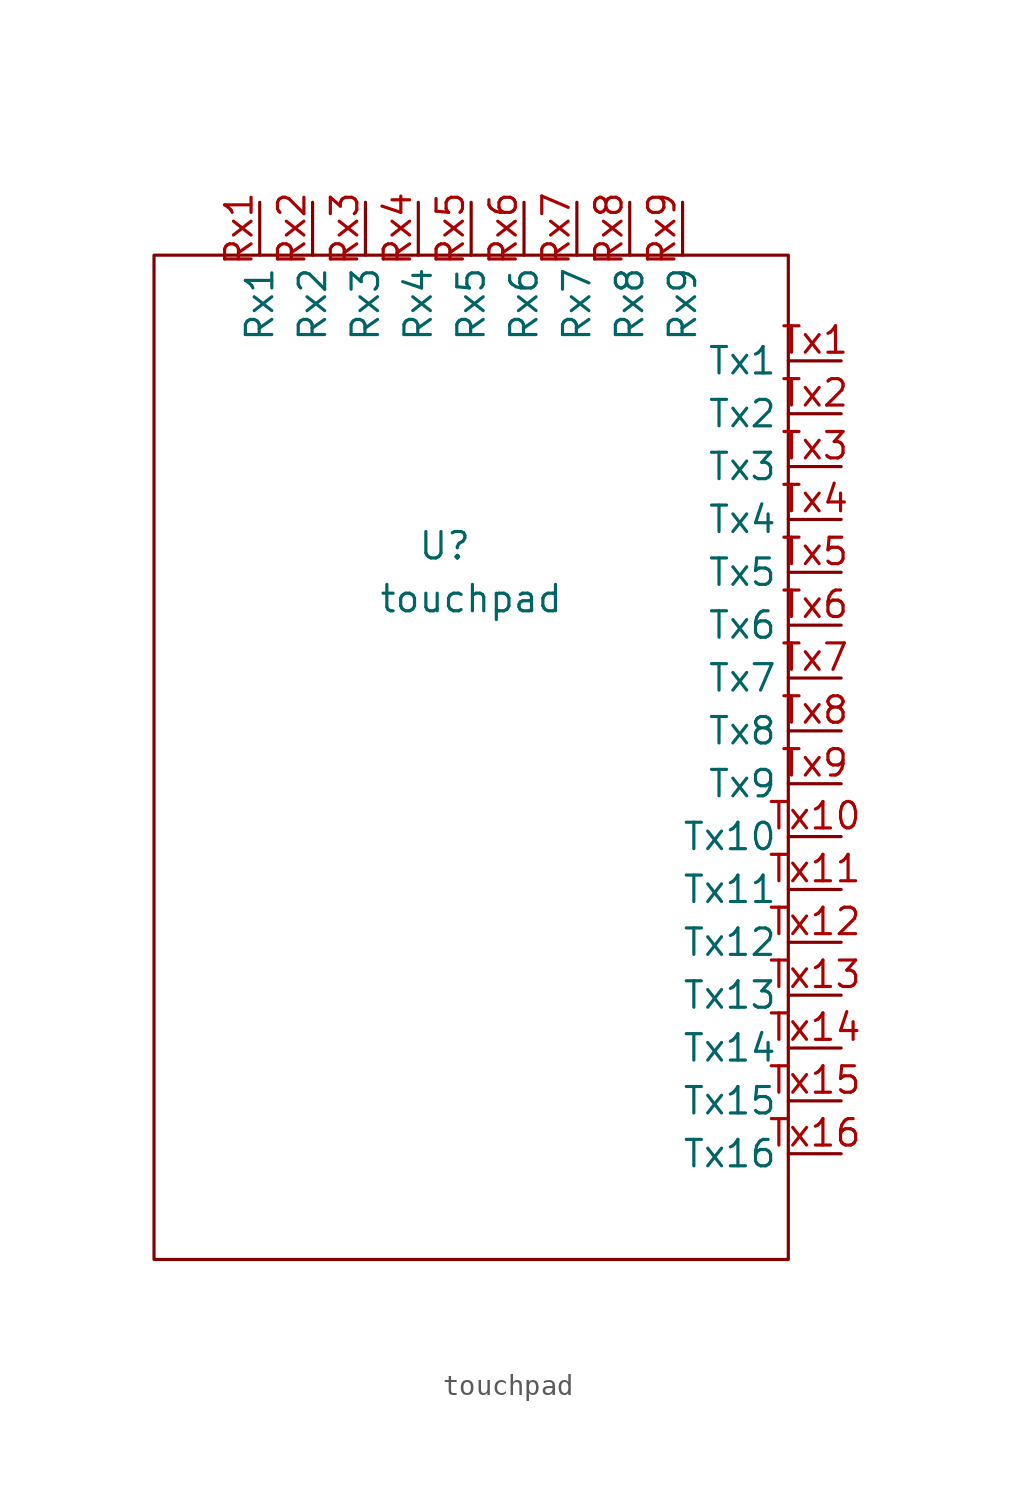
<source format=kicad_sym>
(kicad_symbol_lib
  (version 20211014)
  (generator kicad_symbol_editor)
  (symbol "touchpad"
    (property "Reference" "U"
      (at -16.51 -13.97 0)
      (effects (font (size 1.27 1.27))))
    (property "Value" "touchpad"
      (at -15.24 -16.51 0)
      (effects (font (size 1.27 1.27))))
    (symbol "touchpad_0_1"
      (rectangle (start -30.48 0) (end 0 -48.26) (stroke (width 0) (type default) (color 0 0 0 0)) (fill (type none))))
    (symbol "touchpad_1_1"
      (pin output line (at -25.4 2.54 270) (length 2.54) (name "Rx1" (effects (font (size 1.27 1.27)))) (number "Rx1" (effects (font (size 1.27 1.27)))))
      (pin output line (at -22.86 2.54 270) (length 2.54) (name "Rx2" (effects (font (size 1.27 1.27)))) (number "Rx2" (effects (font (size 1.27 1.27)))))
      (pin output line (at -20.32 2.54 270) (length 2.54) (name "Rx3" (effects (font (size 1.27 1.27)))) (number "Rx3" (effects (font (size 1.27 1.27)))))
      (pin output line (at -17.78 2.54 270) (length 2.54) (name "Rx4" (effects (font (size 1.27 1.27)))) (number "Rx4" (effects (font (size 1.27 1.27)))))
      (pin output line (at -15.24 2.54 270) (length 2.54) (name "Rx5" (effects (font (size 1.27 1.27)))) (number "Rx5" (effects (font (size 1.27 1.27)))))
      (pin output line (at -12.7 2.54 270) (length 2.54) (name "Rx6" (effects (font (size 1.27 1.27)))) (number "Rx6" (effects (font (size 1.27 1.27)))))
      (pin output line (at -10.16 2.54 270) (length 2.54) (name "Rx7" (effects (font (size 1.27 1.27)))) (number "Rx7" (effects (font (size 1.27 1.27)))))
      (pin output line (at -7.62 2.54 270) (length 2.54) (name "Rx8" (effects (font (size 1.27 1.27)))) (number "Rx8" (effects (font (size 1.27 1.27)))))
      (pin output line (at -5.08 2.54 270) (length 2.54) (name "Rx9" (effects (font (size 1.27 1.27)))) (number "Rx9" (effects (font (size 1.27 1.27)))))
      (pin input line (at 2.54 -5.08 180) (length 2.54) (name "Tx1" (effects (font (size 1.27 1.27)))) (number "Tx1" (effects (font (size 1.27 1.27)))))
      (pin input line (at 2.54 -27.94 180) (length 2.54) (name "Tx10" (effects (font (size 1.27 1.27)))) (number "Tx10" (effects (font (size 1.27 1.27)))))
      (pin input line (at 2.54 -30.48 180) (length 2.54) (name "Tx11" (effects (font (size 1.27 1.27)))) (number "Tx11" (effects (font (size 1.27 1.27)))))
      (pin input line (at 2.54 -33.02 180) (length 2.54) (name "Tx12" (effects (font (size 1.27 1.27)))) (number "Tx12" (effects (font (size 1.27 1.27)))))
      (pin input line (at 2.54 -35.56 180) (length 2.54) (name "Tx13" (effects (font (size 1.27 1.27)))) (number "Tx13" (effects (font (size 1.27 1.27)))))
      (pin input line (at 2.54 -38.1 180) (length 2.54) (name "Tx14" (effects (font (size 1.27 1.27)))) (number "Tx14" (effects (font (size 1.27 1.27)))))
      (pin input line (at 2.54 -40.64 180) (length 2.54) (name "Tx15" (effects (font (size 1.27 1.27)))) (number "Tx15" (effects (font (size 1.27 1.27)))))
      (pin input line (at 2.54 -43.18 180) (length 2.54) (name "Tx16" (effects (font (size 1.27 1.27)))) (number "Tx16" (effects (font (size 1.27 1.27)))))
      (pin input line (at 2.54 -7.62 180) (length 2.54) (name "Tx2" (effects (font (size 1.27 1.27)))) (number "Tx2" (effects (font (size 1.27 1.27)))))
      (pin input line (at 2.54 -10.16 180) (length 2.54) (name "Tx3" (effects (font (size 1.27 1.27)))) (number "Tx3" (effects (font (size 1.27 1.27)))))
      (pin input line (at 2.54 -12.7 180) (length 2.54) (name "Tx4" (effects (font (size 1.27 1.27)))) (number "Tx4" (effects (font (size 1.27 1.27)))))
      (pin input line (at 2.54 -15.24 180) (length 2.54) (name "Tx5" (effects (font (size 1.27 1.27)))) (number "Tx5" (effects (font (size 1.27 1.27)))))
      (pin input line (at 2.54 -17.78 180) (length 2.54) (name "Tx6" (effects (font (size 1.27 1.27)))) (number "Tx6" (effects (font (size 1.27 1.27)))))
      (pin input line (at 2.54 -20.32 180) (length 2.54) (name "Tx7" (effects (font (size 1.27 1.27)))) (number "Tx7" (effects (font (size 1.27 1.27)))))
      (pin input line (at 2.54 -22.86 180) (length 2.54) (name "Tx8" (effects (font (size 1.27 1.27)))) (number "Tx8" (effects (font (size 1.27 1.27)))))
      (pin input line (at 2.54 -25.4 180) (length 2.54) (name "Tx9" (effects (font (size 1.27 1.27)))) (number "Tx9" (effects (font (size 1.27 1.27))))))))
</source>
